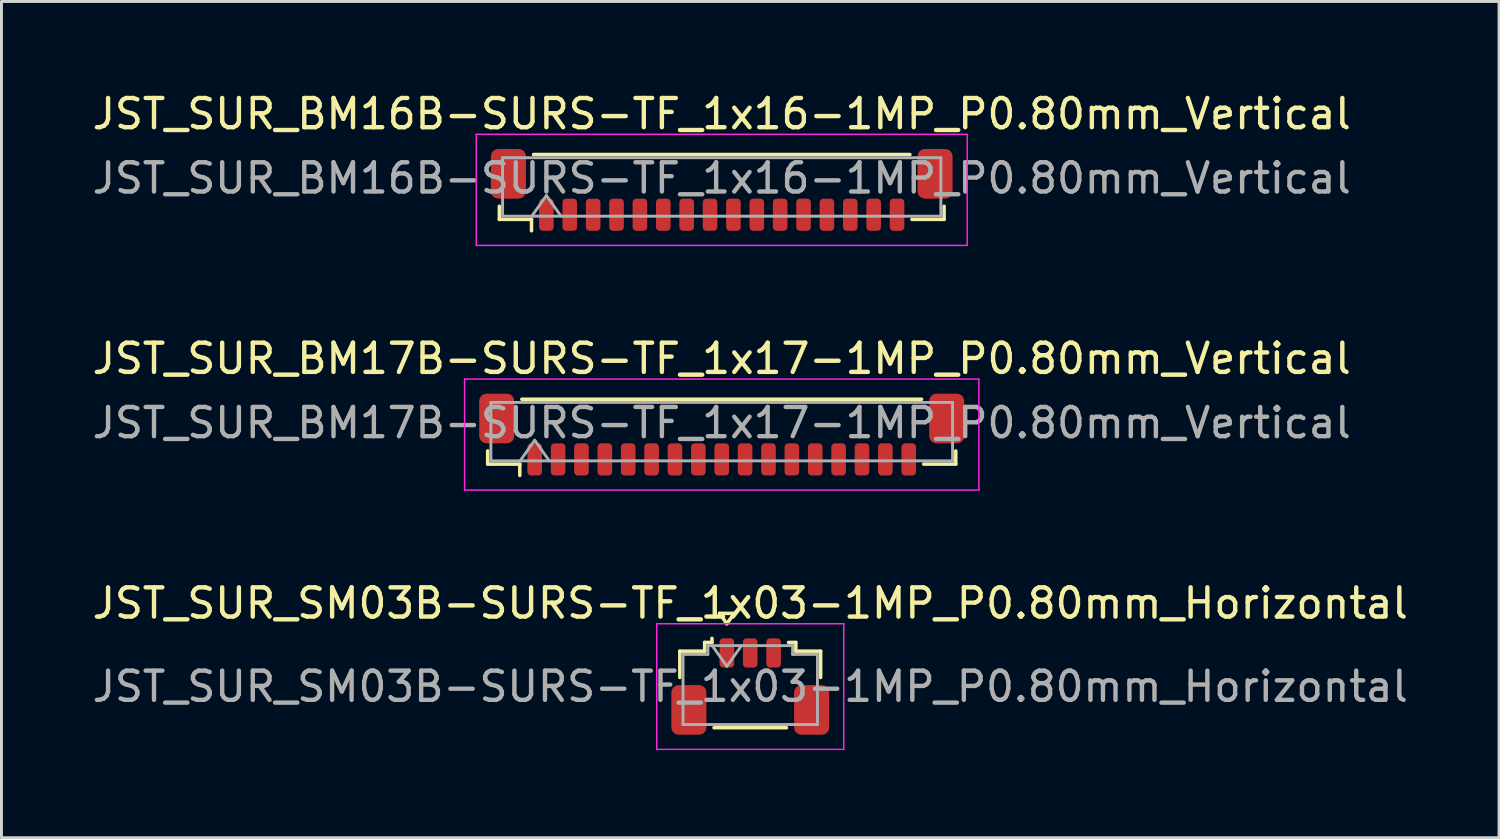
<source format=kicad_pcb>
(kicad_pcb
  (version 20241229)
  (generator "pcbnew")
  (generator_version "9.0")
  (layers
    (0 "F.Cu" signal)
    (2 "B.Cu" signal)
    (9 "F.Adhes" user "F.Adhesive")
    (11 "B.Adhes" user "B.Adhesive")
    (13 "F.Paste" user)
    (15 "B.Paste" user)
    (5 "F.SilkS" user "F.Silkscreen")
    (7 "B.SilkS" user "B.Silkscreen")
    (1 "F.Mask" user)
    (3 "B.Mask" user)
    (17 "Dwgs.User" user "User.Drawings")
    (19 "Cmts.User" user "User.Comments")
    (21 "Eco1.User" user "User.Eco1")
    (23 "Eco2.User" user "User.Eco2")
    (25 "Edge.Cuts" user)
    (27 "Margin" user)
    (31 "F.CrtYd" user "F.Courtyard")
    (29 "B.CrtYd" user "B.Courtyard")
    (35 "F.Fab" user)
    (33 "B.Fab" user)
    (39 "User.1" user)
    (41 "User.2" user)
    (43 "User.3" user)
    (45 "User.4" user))
  (footprint "JST_SUR_SM03B-SURS-TF_1x03-1MP_P0.80mm_Horizontal"
    (layer "F.Cu")
    (at 22.625 20.445)
    (property "Reference" "JST_SUR_SM03B-SURS-TF_1x03-1MP_P0.80mm_Horizontal" (at 0 -2.85 0) (layer "F.SilkS") (effects (font (size 1 1) (thickness 0.15))))
    (attr smd)
    (fp_line (start -2.41 -1.21) (end -1.56 -1.21) (stroke (width 0.12) (type solid)) (layer "F.SilkS"))
    (fp_line (start -2.41 -0.31) (end -2.41 -1.21) (stroke (width 0.12) (type solid)) (layer "F.SilkS"))
    (fp_line (start -1.56 -1.51) (end -1.31 -1.51) (stroke (width 0.12) (type solid)) (layer "F.SilkS"))
    (fp_line (start -1.56 -1.21) (end -1.56 -1.51) (stroke (width 0.12) (type solid)) (layer "F.SilkS"))
    (fp_line (start -1.31 -1.51) (end -1.31 -1.65) (stroke (width 0.12) (type solid)) (layer "F.SilkS"))
    (fp_line (start -1.24 1.41) (end 1.24 1.41) (stroke (width 0.12) (type solid)) (layer "F.SilkS"))
    (fp_line (start -1.05 -2.504) (end -0.8 -2.15) (stroke (width 0.12) (type solid)) (layer "F.SilkS"))
    (fp_line (start -0.8 -2.15) (end -0.55 -2.504) (stroke (width 0.12) (type solid)) (layer "F.SilkS"))
    (fp_line (start -0.55 -2.504) (end -1.05 -2.504) (stroke (width 0.12) (type solid)) (layer "F.SilkS"))
    (fp_line (start 1.56 -1.51) (end 1.31 -1.51) (stroke (width 0.12) (type solid)) (layer "F.SilkS"))
    (fp_line (start 1.56 -1.21) (end 1.56 -1.51) (stroke (width 0.12) (type solid)) (layer "F.SilkS"))
    (fp_line (start 2.41 -1.21) (end 1.56 -1.21) (stroke (width 0.12) (type solid)) (layer "F.SilkS"))
    (fp_line (start 2.41 -0.31) (end 2.41 -1.21) (stroke (width 0.12) (type solid)) (layer "F.SilkS"))
    (fp_line (start -3.2 -2.15) (end -3.2 2.15) (stroke (width 0.05) (type solid)) (layer "F.CrtYd"))
    (fp_line (start -3.2 2.15) (end 3.2 2.15) (stroke (width 0.05) (type solid)) (layer "F.CrtYd"))
    (fp_line (start 3.2 -2.15) (end -3.2 -2.15) (stroke (width 0.05) (type solid)) (layer "F.CrtYd"))
    (fp_line (start 3.2 2.15) (end 3.2 -2.15) (stroke (width 0.05) (type solid)) (layer "F.CrtYd"))
    (fp_line (start -2.3 -1.1) (end -2.3 1.3) (stroke (width 0.1) (type solid)) (layer "F.Fab"))
    (fp_line (start -2.3 -1.1) (end -1.45 -1.1) (stroke (width 0.1) (type solid)) (layer "F.Fab"))
    (fp_line (start -2.3 1.3) (end 2.3 1.3) (stroke (width 0.1) (type solid)) (layer "F.Fab"))
    (fp_line (start -1.45 -1.4) (end 1.45 -1.4) (stroke (width 0.1) (type solid)) (layer "F.Fab"))
    (fp_line (start -1.45 -1.1) (end -1.45 -1.4) (stroke (width 0.1) (type solid)) (layer "F.Fab"))
    (fp_line (start -1.3 -1.4) (end -0.8 -0.693) (stroke (width 0.1) (type solid)) (layer "F.Fab"))
    (fp_line (start -0.8 -0.693) (end -0.3 -1.4) (stroke (width 0.1) (type solid)) (layer "F.Fab"))
    (fp_line (start 1.45 -1.4) (end 1.45 -1.1) (stroke (width 0.1) (type solid)) (layer "F.Fab"))
    (fp_line (start 1.45 -1.1) (end 2.3 -1.1) (stroke (width 0.1) (type solid)) (layer "F.Fab"))
    (fp_line (start 2.3 -1.1) (end 2.3 1.3) (stroke (width 0.1) (type solid)) (layer "F.Fab"))
    (fp_text user "${REFERENCE}" (at 0 0 0) (layer "F.Fab") (effects (font (size 1 1) (thickness 0.15))))
    (pad "1" smd roundrect (at -0.8 -1.15) (size 0.5 1) (layers "F.Cu" "F.Mask" "F.Paste") (roundrect_rratio 0.25))
    (pad "2" smd roundrect (at 0 -1.15) (size 0.5 1) (layers "F.Cu" "F.Mask" "F.Paste") (roundrect_rratio 0.25))
    (pad "3" smd roundrect (at 0.8 -1.15) (size 0.5 1) (layers "F.Cu" "F.Mask" "F.Paste") (roundrect_rratio 0.25))
    (pad "MP" smd roundrect (at -2.1 0.8) (size 1.2 1.7) (layers "F.Cu" "F.Mask" "F.Paste") (roundrect_rratio 0.208))
    (pad "MP" smd roundrect (at 2.1 0.8) (size 1.2 1.7) (layers "F.Cu" "F.Mask" "F.Paste") (roundrect_rratio 0.208)))
  (footprint "JST_SUR_BM17B-SURS-TF_1x17-1MP_P0.80mm_Vertical"
    (layer "F.Cu")
    (at 21.649 11.822)
    (property "Reference" "JST_SUR_BM17B-SURS-TF_1x17-1MP_P0.80mm_Vertical" (at 0 -2.6 0) (layer "F.SilkS") (effects (font (size 1 1) (thickness 0.15))))
    (attr smd)
    (fp_line (start -8.01 0.56) (end -8.01 1.01) (stroke (width 0.12) (type solid)) (layer "F.SilkS"))
    (fp_line (start -8.01 1.01) (end -6.91 1.01) (stroke (width 0.12) (type solid)) (layer "F.SilkS"))
    (fp_line (start -6.91 1.01) (end -6.91 1.4) (stroke (width 0.12) (type solid)) (layer "F.SilkS"))
    (fp_line (start -6.84 -1.21) (end 6.84 -1.21) (stroke (width 0.12) (type solid)) (layer "F.SilkS"))
    (fp_line (start 8.01 0.56) (end 8.01 1.01) (stroke (width 0.12) (type solid)) (layer "F.SilkS"))
    (fp_line (start 8.01 1.01) (end 6.91 1.01) (stroke (width 0.12) (type solid)) (layer "F.SilkS"))
    (fp_line (start -8.8 -1.9) (end -8.8 1.9) (stroke (width 0.05) (type solid)) (layer "F.CrtYd"))
    (fp_line (start -8.8 1.9) (end 8.8 1.9) (stroke (width 0.05) (type solid)) (layer "F.CrtYd"))
    (fp_line (start 8.8 -1.9) (end -8.8 -1.9) (stroke (width 0.05) (type solid)) (layer "F.CrtYd"))
    (fp_line (start 8.8 1.9) (end 8.8 -1.9) (stroke (width 0.05) (type solid)) (layer "F.CrtYd"))
    (fp_line (start -7.9 -1.1) (end 7.9 -1.1) (stroke (width 0.1) (type solid)) (layer "F.Fab"))
    (fp_line (start -7.9 0.9) (end -7.9 -1.1) (stroke (width 0.1) (type solid)) (layer "F.Fab"))
    (fp_line (start -7.9 0.9) (end 7.9 0.9) (stroke (width 0.1) (type solid)) (layer "F.Fab"))
    (fp_line (start -6.9 0.9) (end -6.4 0.193) (stroke (width 0.1) (type solid)) (layer "F.Fab"))
    (fp_line (start -6.4 0.193) (end -5.9 0.9) (stroke (width 0.1) (type solid)) (layer "F.Fab"))
    (fp_line (start 7.9 0.9) (end 7.9 -1.1) (stroke (width 0.1) (type solid)) (layer "F.Fab"))
    (fp_text user "${REFERENCE}" (at 0 -0.4 0) (layer "F.Fab") (effects (font (size 1 1) (thickness 0.15))))
    (pad "1" smd roundrect (at -6.4 0.85) (size 0.5 1.1) (layers "F.Cu" "F.Mask" "F.Paste") (roundrect_rratio 0.25))
    (pad "2" smd roundrect (at -5.6 0.85) (size 0.5 1.1) (layers "F.Cu" "F.Mask" "F.Paste") (roundrect_rratio 0.25))
    (pad "3" smd roundrect (at -4.8 0.85) (size 0.5 1.1) (layers "F.Cu" "F.Mask" "F.Paste") (roundrect_rratio 0.25))
    (pad "4" smd roundrect (at -4 0.85) (size 0.5 1.1) (layers "F.Cu" "F.Mask" "F.Paste") (roundrect_rratio 0.25))
    (pad "5" smd roundrect (at -3.2 0.85) (size 0.5 1.1) (layers "F.Cu" "F.Mask" "F.Paste") (roundrect_rratio 0.25))
    (pad "6" smd roundrect (at -2.4 0.85) (size 0.5 1.1) (layers "F.Cu" "F.Mask" "F.Paste") (roundrect_rratio 0.25))
    (pad "7" smd roundrect (at -1.6 0.85) (size 0.5 1.1) (layers "F.Cu" "F.Mask" "F.Paste") (roundrect_rratio 0.25))
    (pad "8" smd roundrect (at -0.8 0.85) (size 0.5 1.1) (layers "F.Cu" "F.Mask" "F.Paste") (roundrect_rratio 0.25))
    (pad "9" smd roundrect (at 0 0.85) (size 0.5 1.1) (layers "F.Cu" "F.Mask" "F.Paste") (roundrect_rratio 0.25))
    (pad "10" smd roundrect (at 0.8 0.85) (size 0.5 1.1) (layers "F.Cu" "F.Mask" "F.Paste") (roundrect_rratio 0.25))
    (pad "11" smd roundrect (at 1.6 0.85) (size 0.5 1.1) (layers "F.Cu" "F.Mask" "F.Paste") (roundrect_rratio 0.25))
    (pad "12" smd roundrect (at 2.4 0.85) (size 0.5 1.1) (layers "F.Cu" "F.Mask" "F.Paste") (roundrect_rratio 0.25))
    (pad "13" smd roundrect (at 3.2 0.85) (size 0.5 1.1) (layers "F.Cu" "F.Mask" "F.Paste") (roundrect_rratio 0.25))
    (pad "14" smd roundrect (at 4 0.85) (size 0.5 1.1) (layers "F.Cu" "F.Mask" "F.Paste") (roundrect_rratio 0.25))
    (pad "15" smd roundrect (at 4.8 0.85) (size 0.5 1.1) (layers "F.Cu" "F.Mask" "F.Paste") (roundrect_rratio 0.25))
    (pad "16" smd roundrect (at 5.6 0.85) (size 0.5 1.1) (layers "F.Cu" "F.Mask" "F.Paste") (roundrect_rratio 0.25))
    (pad "17" smd roundrect (at 6.4 0.85) (size 0.5 1.1) (layers "F.Cu" "F.Mask" "F.Paste") (roundrect_rratio 0.25))
    (pad "MP" smd roundrect (at -7.7 -0.55) (size 1.2 1.7) (layers "F.Cu" "F.Mask" "F.Paste") (roundrect_rratio 0.208))
    (pad "MP" smd roundrect (at 7.7 -0.55) (size 1.2 1.7) (layers "F.Cu" "F.Mask" "F.Paste") (roundrect_rratio 0.208)))
  (footprint "JST_SUR_BM16B-SURS-TF_1x16-1MP_P0.80mm_Vertical"
    (layer "F.Cu")
    (at 21.649 3.448)
    (property "Reference" "JST_SUR_BM16B-SURS-TF_1x16-1MP_P0.80mm_Vertical" (at 0 -2.6 0) (layer "F.SilkS") (effects (font (size 1 1) (thickness 0.15))))
    (attr smd)
    (fp_line (start -7.61 0.56) (end -7.61 1.01) (stroke (width 0.12) (type solid)) (layer "F.SilkS"))
    (fp_line (start -7.61 1.01) (end -6.51 1.01) (stroke (width 0.12) (type solid)) (layer "F.SilkS"))
    (fp_line (start -6.51 1.01) (end -6.51 1.4) (stroke (width 0.12) (type solid)) (layer "F.SilkS"))
    (fp_line (start -6.44 -1.21) (end 6.44 -1.21) (stroke (width 0.12) (type solid)) (layer "F.SilkS"))
    (fp_line (start 7.61 0.56) (end 7.61 1.01) (stroke (width 0.12) (type solid)) (layer "F.SilkS"))
    (fp_line (start 7.61 1.01) (end 6.51 1.01) (stroke (width 0.12) (type solid)) (layer "F.SilkS"))
    (fp_line (start -8.4 -1.9) (end -8.4 1.9) (stroke (width 0.05) (type solid)) (layer "F.CrtYd"))
    (fp_line (start -8.4 1.9) (end 8.4 1.9) (stroke (width 0.05) (type solid)) (layer "F.CrtYd"))
    (fp_line (start 8.4 -1.9) (end -8.4 -1.9) (stroke (width 0.05) (type solid)) (layer "F.CrtYd"))
    (fp_line (start 8.4 1.9) (end 8.4 -1.9) (stroke (width 0.05) (type solid)) (layer "F.CrtYd"))
    (fp_line (start -7.5 -1.1) (end 7.5 -1.1) (stroke (width 0.1) (type solid)) (layer "F.Fab"))
    (fp_line (start -7.5 0.9) (end -7.5 -1.1) (stroke (width 0.1) (type solid)) (layer "F.Fab"))
    (fp_line (start -7.5 0.9) (end 7.5 0.9) (stroke (width 0.1) (type solid)) (layer "F.Fab"))
    (fp_line (start -6.5 0.9) (end -6 0.193) (stroke (width 0.1) (type solid)) (layer "F.Fab"))
    (fp_line (start -6 0.193) (end -5.5 0.9) (stroke (width 0.1) (type solid)) (layer "F.Fab"))
    (fp_line (start 7.5 0.9) (end 7.5 -1.1) (stroke (width 0.1) (type solid)) (layer "F.Fab"))
    (fp_text user "${REFERENCE}" (at 0 -0.4 0) (layer "F.Fab") (effects (font (size 1 1) (thickness 0.15))))
    (pad "1" smd roundrect (at -6 0.85) (size 0.5 1.1) (layers "F.Cu" "F.Mask" "F.Paste") (roundrect_rratio 0.25))
    (pad "2" smd roundrect (at -5.2 0.85) (size 0.5 1.1) (layers "F.Cu" "F.Mask" "F.Paste") (roundrect_rratio 0.25))
    (pad "3" smd roundrect (at -4.4 0.85) (size 0.5 1.1) (layers "F.Cu" "F.Mask" "F.Paste") (roundrect_rratio 0.25))
    (pad "4" smd roundrect (at -3.6 0.85) (size 0.5 1.1) (layers "F.Cu" "F.Mask" "F.Paste") (roundrect_rratio 0.25))
    (pad "5" smd roundrect (at -2.8 0.85) (size 0.5 1.1) (layers "F.Cu" "F.Mask" "F.Paste") (roundrect_rratio 0.25))
    (pad "6" smd roundrect (at -2 0.85) (size 0.5 1.1) (layers "F.Cu" "F.Mask" "F.Paste") (roundrect_rratio 0.25))
    (pad "7" smd roundrect (at -1.2 0.85) (size 0.5 1.1) (layers "F.Cu" "F.Mask" "F.Paste") (roundrect_rratio 0.25))
    (pad "8" smd roundrect (at -0.4 0.85) (size 0.5 1.1) (layers "F.Cu" "F.Mask" "F.Paste") (roundrect_rratio 0.25))
    (pad "9" smd roundrect (at 0.4 0.85) (size 0.5 1.1) (layers "F.Cu" "F.Mask" "F.Paste") (roundrect_rratio 0.25))
    (pad "10" smd roundrect (at 1.2 0.85) (size 0.5 1.1) (layers "F.Cu" "F.Mask" "F.Paste") (roundrect_rratio 0.25))
    (pad "11" smd roundrect (at 2 0.85) (size 0.5 1.1) (layers "F.Cu" "F.Mask" "F.Paste") (roundrect_rratio 0.25))
    (pad "12" smd roundrect (at 2.8 0.85) (size 0.5 1.1) (layers "F.Cu" "F.Mask" "F.Paste") (roundrect_rratio 0.25))
    (pad "13" smd roundrect (at 3.6 0.85) (size 0.5 1.1) (layers "F.Cu" "F.Mask" "F.Paste") (roundrect_rratio 0.25))
    (pad "14" smd roundrect (at 4.4 0.85) (size 0.5 1.1) (layers "F.Cu" "F.Mask" "F.Paste") (roundrect_rratio 0.25))
    (pad "15" smd roundrect (at 5.2 0.85) (size 0.5 1.1) (layers "F.Cu" "F.Mask" "F.Paste") (roundrect_rratio 0.25))
    (pad "16" smd roundrect (at 6 0.85) (size 0.5 1.1) (layers "F.Cu" "F.Mask" "F.Paste") (roundrect_rratio 0.25))
    (pad "MP" smd roundrect (at -7.3 -0.55) (size 1.2 1.7) (layers "F.Cu" "F.Mask" "F.Paste") (roundrect_rratio 0.208))
    (pad "MP" smd roundrect (at 7.3 -0.55) (size 1.2 1.7) (layers "F.Cu" "F.Mask" "F.Paste") (roundrect_rratio 0.208)))
  (gr_rect
    (start -3 -3)
    (end 48.25 25.62)
    (stroke (width 0.1) (type default))
    (fill no)
    (layer "Edge.Cuts")))
</source>
